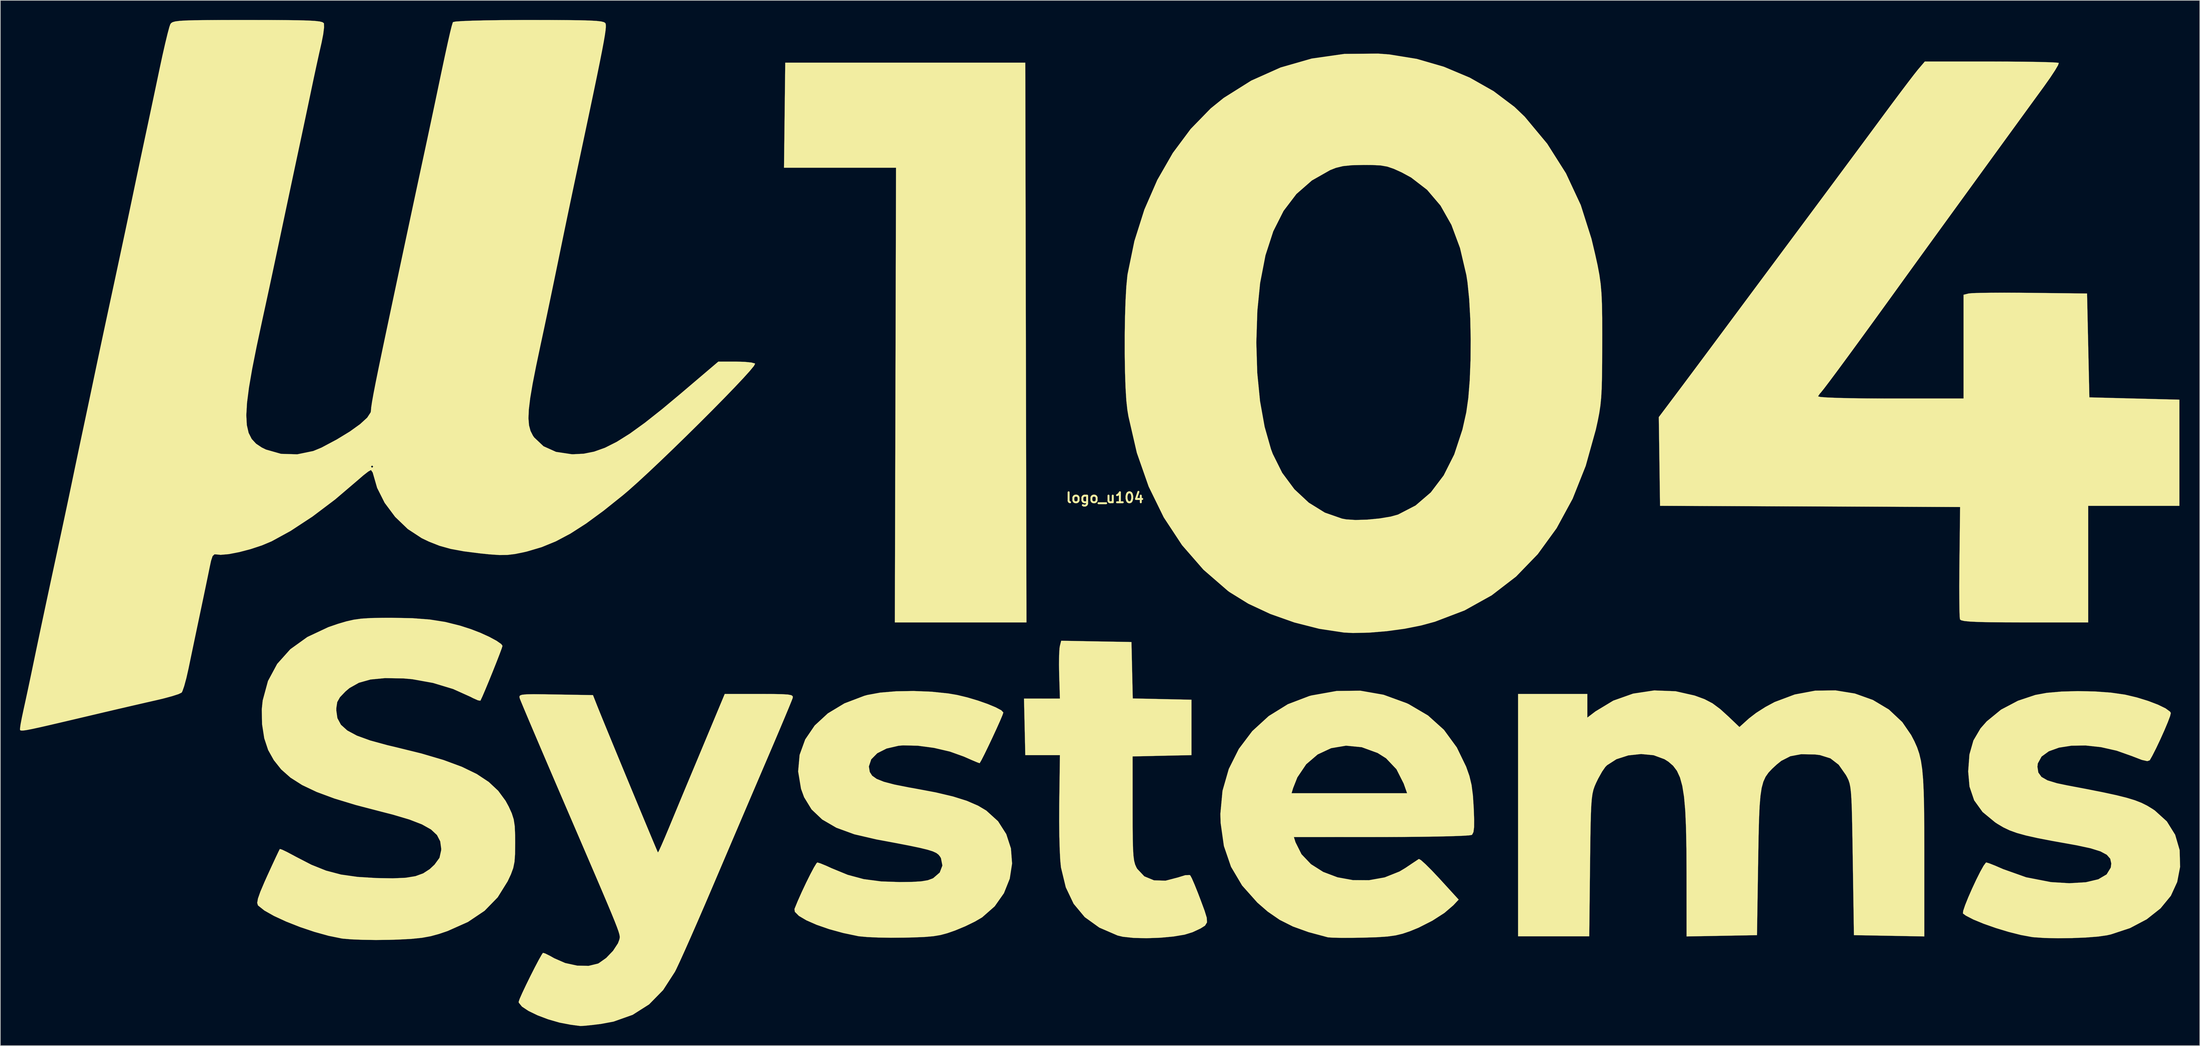
<source format=kicad_pcb>
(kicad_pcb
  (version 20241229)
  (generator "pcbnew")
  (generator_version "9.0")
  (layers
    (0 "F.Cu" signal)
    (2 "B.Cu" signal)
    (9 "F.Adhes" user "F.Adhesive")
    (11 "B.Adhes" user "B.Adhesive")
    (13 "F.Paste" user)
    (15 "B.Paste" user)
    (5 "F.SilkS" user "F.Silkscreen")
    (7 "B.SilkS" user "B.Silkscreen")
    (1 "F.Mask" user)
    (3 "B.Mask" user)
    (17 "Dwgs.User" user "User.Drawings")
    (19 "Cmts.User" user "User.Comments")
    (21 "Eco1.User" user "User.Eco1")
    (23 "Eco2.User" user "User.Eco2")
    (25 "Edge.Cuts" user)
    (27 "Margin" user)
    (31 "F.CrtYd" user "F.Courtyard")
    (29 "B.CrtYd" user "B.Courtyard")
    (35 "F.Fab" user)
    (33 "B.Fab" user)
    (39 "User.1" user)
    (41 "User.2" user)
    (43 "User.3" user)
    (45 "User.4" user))
  (footprint "logo_u104"
    (layer "F.Cu")
    (at 165.826 73.03)
    (property "Reference" "logo_u104" (at 0 0 0) (layer "F.SilkS") (effects (font (size 1.524 1.524) (thickness 0.3))))
    (attr through_hole)
    (fp_poly (pts (xy -12.081 -23.724) (xy -11.992 19.05) (xy -32.11 19.05) (xy -32.018 -15.699) (xy -31.926 -50.447) (xy -40.488 -50.447) (xy -49.049 -50.447) (xy -48.955 -58.473) (xy -48.86 -66.499) (xy -12.171 -66.499) (xy -12.081 -23.724)) (stroke (width 0.01) (type solid)) (fill yes) (layer "F.SilkS"))
    (fp_poly (pts (xy -1.314 21.951) (xy 4.057 22.049) (xy 4.156 26.36) (xy 4.255 30.671) (xy 8.742 30.769) (xy 13.229 30.868) (xy 13.229 39.335) (xy 8.731 39.433) (xy 4.233 39.532) (xy 4.235 47.547) (xy 4.239 50.154) (xy 4.257 52.153) (xy 4.296 53.644) (xy 4.363 54.725) (xy 4.466 55.495) (xy 4.613 56.052) (xy 4.811 56.495) (xy 4.94 56.718) (xy 6.022 57.862) (xy 7.494 58.47) (xy 9.266 58.524) (xy 11.249 58.007) (xy 11.305 57.984) (xy 12.285 57.684) (xy 12.939 57.661) (xy 13.045 57.72) (xy 13.286 58.164) (xy 13.701 59.118) (xy 14.227 60.428) (xy 14.642 61.519) (xy 15.234 63.116) (xy 15.566 64.195) (xy 15.6 64.905) (xy 15.296 65.399) (xy 14.618 65.827) (xy 13.526 66.34) (xy 13.406 66.396) (xy 12.181 66.774) (xy 10.462 67.06) (xy 8.454 67.245) (xy 6.361 67.318) (xy 4.391 67.273) (xy 2.748 67.098) (xy 1.94 66.907) (xy -0.856 65.698) (xy -3.086 64.095) (xy -4.783 62.057) (xy -5.982 59.541) (xy -6.717 56.507) (xy -6.719 56.495) (xy -6.826 55.411) (xy -6.91 53.774) (xy -6.968 51.735) (xy -6.994 49.445) (xy -6.985 47.056) (xy -6.981 46.739) (xy -6.879 39.335) (xy -12.171 39.335) (xy -12.27 35.013) (xy -12.369 30.692) (xy -9.624 30.692) (xy -6.879 30.693) (xy -6.992 27.11) (xy -7.02 25.5) (xy -7.003 24.08) (xy -6.947 23.046) (xy -6.895 22.691) (xy -6.685 21.854) (xy -1.314 21.951)) (stroke (width 0.01) (type solid)) (fill yes) (layer "F.SilkS"))
    (fp_poly (pts (xy 42.583 30.108) (xy 46.106 31.391) (xy 46.436 31.545) (xy 49.379 33.276) (xy 51.814 35.466) (xy 53.782 38.159) (xy 55.207 41.099) (xy 55.706 42.511) (xy 56.036 43.892) (xy 56.243 45.495) (xy 56.366 47.396) (xy 56.431 49.174) (xy 56.421 50.367) (xy 56.326 51.092) (xy 56.138 51.469) (xy 56.055 51.536) (xy 55.602 51.606) (xy 54.523 51.671) (xy 52.9 51.729) (xy 50.814 51.778) (xy 48.344 51.816) (xy 45.572 51.842) (xy 42.579 51.853) (xy 42.221 51.853) (xy 28.88 51.858) (xy 29.127 52.652) (xy 30.045 54.483) (xy 31.495 56.004) (xy 33.364 57.188) (xy 35.539 58.009) (xy 37.905 58.439) (xy 40.348 58.453) (xy 42.757 58.023) (xy 45.015 57.124) (xy 45.919 56.582) (xy 46.914 55.914) (xy 47.672 55.41) (xy 47.989 55.203) (xy 48.31 55.387) (xy 48.999 56.004) (xy 49.958 56.959) (xy 51.086 58.156) (xy 51.155 58.231) (xy 54.066 61.417) (xy 53.247 62.289) (xy 51.887 63.456) (xy 50.048 64.638) (xy 47.941 65.708) (xy 46.63 66.246) (xy 45.511 66.625) (xy 44.425 66.887) (xy 43.187 67.059) (xy 41.613 67.166) (xy 39.519 67.232) (xy 39.511 67.233) (xy 37.693 67.261) (xy 36.083 67.262) (xy 34.838 67.236) (xy 34.112 67.186) (xy 34.043 67.173) (xy 31.12 66.389) (xy 28.732 65.529) (xy 26.709 64.512) (xy 24.88 63.252) (xy 23.295 61.875) (xy 20.966 59.263) (xy 19.269 56.398) (xy 18.182 53.226) (xy 17.684 49.696) (xy 17.644 48.316) (xy 17.937 45.156) (xy 28.527 45.156) (xy 46.183 45.156) (xy 45.662 43.68) (xy 44.557 41.495) (xy 42.967 39.819) (xy 41.683 39.01) (xy 39.249 38.123) (xy 36.848 37.889) (xy 34.572 38.272) (xy 32.513 39.232) (xy 30.762 40.733) (xy 29.41 42.737) (xy 28.767 44.362) (xy 28.527 45.156) (xy 17.937 45.156) (xy 17.971 44.783) (xy 18.93 41.448) (xy 20.464 38.384) (xy 22.517 35.665) (xy 25.033 33.364) (xy 27.956 31.553) (xy 31.229 30.305) (xy 31.574 30.214) (xy 35.413 29.528) (xy 39.05 29.489) (xy 42.583 30.108)) (stroke (width 0.01) (type solid)) (fill yes) (layer "F.SilkS"))
    (fp_poly (pts (xy 114.628 29.923) (xy 117.381 30.907) (xy 119.825 32.369) (xy 121.868 34.289) (xy 123.221 36.261) (xy 123.723 37.225) (xy 124.134 38.15) (xy 124.463 39.118) (xy 124.72 40.208) (xy 124.914 41.504) (xy 125.052 43.085) (xy 125.145 45.032) (xy 125.2 47.428) (xy 125.228 50.352) (xy 125.236 53.886) (xy 125.236 54.587) (xy 125.236 67.046) (xy 114.476 66.851) (xy 114.3 55.386) (xy 114.251 52.241) (xy 114.205 49.721) (xy 114.158 47.743) (xy 114.101 46.228) (xy 114.028 45.093) (xy 113.933 44.258) (xy 113.809 43.641) (xy 113.65 43.161) (xy 113.448 42.737) (xy 113.242 42.365) (xy 112.144 40.802) (xy 110.881 39.828) (xy 109.28 39.328) (xy 108.51 39.234) (xy 106.408 39.194) (xy 104.759 39.503) (xy 103.376 40.209) (xy 102.674 40.774) (xy 101.979 41.416) (xy 101.418 42.013) (xy 100.973 42.647) (xy 100.631 43.398) (xy 100.374 44.348) (xy 100.189 45.578) (xy 100.059 47.17) (xy 99.97 49.205) (xy 99.905 51.764) (xy 99.849 54.929) (xy 99.836 55.739) (xy 99.66 66.851) (xy 88.9 67.046) (xy 88.893 57.424) (xy 88.873 53.612) (xy 88.812 50.437) (xy 88.697 47.832) (xy 88.513 45.727) (xy 88.248 44.055) (xy 87.89 42.748) (xy 87.424 41.738) (xy 86.837 40.958) (xy 86.117 40.338) (xy 85.517 39.958) (xy 83.865 39.35) (xy 81.95 39.166) (xy 79.984 39.378) (xy 78.179 39.958) (xy 76.747 40.877) (xy 76.478 41.15) (xy 75.984 41.861) (xy 75.39 42.925) (xy 75.07 43.581) (xy 74.843 44.103) (xy 74.662 44.628) (xy 74.521 45.241) (xy 74.413 46.03) (xy 74.332 47.078) (xy 74.271 48.474) (xy 74.225 50.302) (xy 74.187 52.649) (xy 74.151 55.601) (xy 74.144 56.18) (xy 74.022 67.028) (xy 63.147 67.028) (xy 63.147 29.986) (xy 73.731 29.986) (xy 73.731 33.598) (xy 74.97 32.652) (xy 77.69 31.008) (xy 80.725 29.933) (xy 83.946 29.447) (xy 87.223 29.572) (xy 90.135 30.23) (xy 91.642 30.782) (xy 92.863 31.421) (xy 94.051 32.304) (xy 95.32 33.457) (xy 96.978 35.04) (xy 98.442 33.717) (xy 99.529 32.881) (xy 100.953 31.974) (xy 102.358 31.219) (xy 105.431 30.066) (xy 108.561 29.48) (xy 111.658 29.44) (xy 114.628 29.923)) (stroke (width 0.01) (type solid)) (fill yes) (layer "F.SilkS"))
    (fp_poly (pts (xy 138.049 -66.668) (xy 140.421 -66.648) (xy 142.469 -66.617) (xy 144.102 -66.577) (xy 145.23 -66.529) (xy 145.762 -66.476) (xy 145.79 -66.464) (xy 145.676 -66.116) (xy 145.211 -65.321) (xy 144.468 -64.194) (xy 143.52 -62.854) (xy 143.468 -62.782) (xy 142.383 -61.294) (xy 141.001 -59.396) (xy 139.38 -57.166) (xy 137.576 -54.686) (xy 135.649 -52.034) (xy 133.657 -49.292) (xy 131.657 -46.538) (xy 129.707 -43.853) (xy 127.866 -41.317) (xy 126.192 -39.01) (xy 124.743 -37.011) (xy 123.577 -35.4) (xy 122.751 -34.258) (xy 122.59 -34.036) (xy 119.95 -30.377) (xy 117.547 -27.059) (xy 115.404 -24.113) (xy 113.544 -21.569) (xy 111.99 -19.459) (xy 110.764 -17.814) (xy 109.89 -16.664) (xy 109.389 -16.041) (xy 109.281 -15.934) (xy 109.01 -15.531) (xy 109.008 -15.493) (xy 109.35 -15.407) (xy 110.331 -15.331) (xy 111.884 -15.268) (xy 113.942 -15.218) (xy 116.44 -15.185) (xy 119.311 -15.17) (xy 120.121 -15.169) (xy 131.233 -15.169) (xy 131.233 -31.031) (xy 132.027 -31.225) (xy 132.592 -31.275) (xy 133.755 -31.313) (xy 135.408 -31.336) (xy 137.445 -31.344) (xy 139.757 -31.336) (xy 141.464 -31.32) (xy 150.107 -31.221) (xy 150.283 -23.283) (xy 150.46 -15.346) (xy 157.339 -15.169) (xy 164.218 -14.993) (xy 164.218 1.235) (xy 150.283 1.235) (xy 150.283 10.142) (xy 150.283 19.05) (xy 140.571 19.05) (xy 137.58 19.043) (xy 135.228 19.022) (xy 133.446 18.982) (xy 132.168 18.92) (xy 131.325 18.834) (xy 130.85 18.72) (xy 130.68 18.586) (xy 130.634 18.114) (xy 130.601 17.042) (xy 130.582 15.472) (xy 130.577 13.511) (xy 130.588 11.261) (xy 130.603 9.769) (xy 130.704 1.416) (xy 107.774 1.325) (xy 84.843 1.235) (xy 84.747 -5.547) (xy 84.651 -12.329) (xy 87.242 -15.778) (xy 88.276 -17.156) (xy 89.614 -18.947) (xy 91.142 -20.996) (xy 92.744 -23.148) (xy 94.306 -25.248) (xy 94.419 -25.4) (xy 95.766 -27.214) (xy 97.444 -29.471) (xy 99.36 -32.048) (xy 101.423 -34.821) (xy 103.541 -37.669) (xy 105.623 -40.467) (xy 106.749 -41.981) (xy 108.759 -44.683) (xy 110.846 -47.491) (xy 112.922 -50.287) (xy 114.896 -52.948) (xy 116.68 -55.355) (xy 118.183 -57.387) (xy 118.895 -58.352) (xy 120.279 -60.219) (xy 121.586 -61.965) (xy 122.733 -63.483) (xy 123.642 -64.667) (xy 124.23 -65.409) (xy 124.303 -65.496) (xy 125.309 -66.675) (xy 135.444 -66.675) (xy 138.049 -66.668)) (stroke (width 0.01) (type solid)) (fill yes) (layer "F.SilkS"))
    (fp_poly (pts (xy 151.282 29.603) (xy 153.747 29.781) (xy 155.878 30.086) (xy 155.964 30.102) (xy 157.731 30.523) (xy 159.438 31.049) (xy 160.945 31.624) (xy 162.11 32.191) (xy 162.794 32.693) (xy 162.91 32.897) (xy 162.802 33.367) (xy 162.45 34.304) (xy 161.929 35.545) (xy 161.31 36.924) (xy 160.668 38.279) (xy 160.075 39.445) (xy 159.689 40.124) (xy 159.309 40.254) (xy 158.471 40.064) (xy 157.1 39.536) (xy 157.027 39.505) (xy 154.639 38.659) (xy 152.231 38.115) (xy 149.898 37.862) (xy 147.731 37.89) (xy 145.823 38.188) (xy 144.267 38.746) (xy 143.156 39.554) (xy 142.581 40.602) (xy 142.522 41.116) (xy 142.66 41.995) (xy 143.14 42.666) (xy 144.058 43.192) (xy 145.513 43.633) (xy 146.981 43.941) (xy 150.09 44.531) (xy 152.596 45.029) (xy 154.591 45.461) (xy 156.166 45.854) (xy 157.413 46.234) (xy 158.425 46.628) (xy 159.293 47.061) (xy 160.11 47.56) (xy 160.465 47.798) (xy 162.3 49.462) (xy 163.572 51.504) (xy 164.257 53.845) (xy 164.329 56.407) (xy 163.885 58.721) (xy 162.915 60.837) (xy 161.335 62.76) (xy 159.228 64.425) (xy 156.678 65.77) (xy 153.768 66.732) (xy 153.163 66.87) (xy 151.806 67.066) (xy 149.959 67.211) (xy 147.837 67.298) (xy 145.656 67.324) (xy 143.629 67.284) (xy 141.972 67.172) (xy 141.64 67.132) (xy 139.988 66.827) (xy 138.108 66.352) (xy 136.165 65.763) (xy 134.32 65.115) (xy 132.737 64.464) (xy 131.578 63.865) (xy 131.138 63.539) (xy 131.175 63.14) (xy 131.467 62.269) (xy 131.944 61.081) (xy 132.537 59.729) (xy 133.173 58.368) (xy 133.784 57.151) (xy 134.298 56.233) (xy 134.645 55.767) (xy 134.705 55.739) (xy 135.162 55.875) (xy 136.066 56.232) (xy 137.226 56.734) (xy 137.27 56.754) (xy 140.8 58.007) (xy 144.575 58.741) (xy 147.39 58.914) (xy 149.918 58.764) (xy 151.821 58.314) (xy 153.094 57.568) (xy 153.732 56.527) (xy 153.811 55.902) (xy 153.652 55.17) (xy 153.123 54.563) (xy 152.148 54.044) (xy 150.649 53.576) (xy 148.551 53.124) (xy 147.624 52.956) (xy 144.789 52.449) (xy 142.543 52.015) (xy 140.781 51.621) (xy 139.394 51.238) (xy 138.273 50.834) (xy 137.313 50.377) (xy 136.405 49.837) (xy 136.055 49.607) (xy 134.137 48.025) (xy 132.852 46.243) (xy 132.141 44.144) (xy 131.939 41.827) (xy 132.129 39.235) (xy 132.738 37.094) (xy 133.822 35.251) (xy 134.774 34.173) (xy 136.957 32.386) (xy 139.544 31.024) (xy 142.195 30.138) (xy 143.939 29.818) (xy 146.172 29.621) (xy 148.688 29.55) (xy 151.282 29.603)) (stroke (width 0.01) (type solid)) (fill yes) (layer "F.SilkS"))
    (fp_poly (pts (xy -26.527 29.64) (xy -23.964 29.905) (xy -22.578 30.141) (xy -21.024 30.515) (xy -19.427 30.991) (xy -17.933 31.515) (xy -16.687 32.032) (xy -15.835 32.486) (xy -15.522 32.82) (xy -15.662 33.237) (xy -16.032 34.113) (xy -16.564 35.299) (xy -17.184 36.64) (xy -17.822 37.988) (xy -18.406 39.188) (xy -18.866 40.091) (xy -19.131 40.544) (xy -19.16 40.569) (xy -19.53 40.436) (xy -20.366 40.084) (xy -21.491 39.589) (xy -21.559 39.559) (xy -23.686 38.797) (xy -26.128 38.227) (xy -28.61 37.895) (xy -30.852 37.845) (xy -31.547 37.905) (xy -33.373 38.327) (xy -34.791 39.043) (xy -35.719 39.982) (xy -36.08 41.071) (xy -35.943 41.908) (xy -35.578 42.479) (xy -34.889 42.968) (xy -33.788 43.408) (xy -32.189 43.829) (xy -30.005 44.264) (xy -29.069 44.429) (xy -25.837 45.037) (xy -23.213 45.658) (xy -21.097 46.322) (xy -19.392 47.061) (xy -18.137 47.807) (xy -16.335 49.44) (xy -15.079 51.406) (xy -14.366 53.597) (xy -14.19 55.905) (xy -14.548 58.221) (xy -15.436 60.438) (xy -16.849 62.447) (xy -18.765 64.129) (xy -19.872 64.777) (xy -21.341 65.492) (xy -22.863 66.124) (xy -22.931 66.149) (xy -24.073 66.547) (xy -25.103 66.826) (xy -26.197 67.011) (xy -27.531 67.127) (xy -29.283 67.199) (xy -30.692 67.233) (xy -32.711 67.248) (xy -34.656 67.215) (xy -36.33 67.14) (xy -37.54 67.03) (xy -37.737 66.999) (xy -40.016 66.521) (xy -42.155 65.932) (xy -44.058 65.272) (xy -45.629 64.584) (xy -46.774 63.907) (xy -47.395 63.282) (xy -47.453 62.852) (xy -46.956 61.641) (xy -46.338 60.253) (xy -45.67 58.835) (xy -45.023 57.534) (xy -44.47 56.494) (xy -44.082 55.862) (xy -43.955 55.74) (xy -43.485 55.881) (xy -42.597 56.245) (xy -41.764 56.625) (xy -39.311 57.632) (xy -36.867 58.288) (xy -34.197 58.639) (xy -31.397 58.734) (xy -29.446 58.71) (xy -28.052 58.623) (xy -27.067 58.455) (xy -26.346 58.19) (xy -26.235 58.132) (xy -25.249 57.281) (xy -24.84 56.211) (xy -25.06 55.085) (xy -25.199 54.846) (xy -25.434 54.55) (xy -25.772 54.291) (xy -26.298 54.048) (xy -27.094 53.798) (xy -28.243 53.517) (xy -29.83 53.184) (xy -31.937 52.776) (xy -34.649 52.271) (xy -34.925 52.22) (xy -38.304 51.435) (xy -41.051 50.431) (xy -43.213 49.173) (xy -44.839 47.631) (xy -45.977 45.771) (xy -46.447 44.485) (xy -46.888 41.826) (xy -46.664 39.293) (xy -45.809 36.936) (xy -44.358 34.806) (xy -42.348 32.952) (xy -39.813 31.424) (xy -36.788 30.273) (xy -36.311 30.14) (xy -34.363 29.782) (xy -31.94 29.579) (xy -29.257 29.532) (xy -26.527 29.64)) (stroke (width 0.01) (type solid)) (fill yes) (layer "F.SilkS"))
    (fp_poly (pts (xy -50.792 29.992) (xy -49.364 30.018) (xy -48.442 30.075) (xy -47.925 30.177) (xy -47.714 30.335) (xy -47.709 30.561) (xy -47.72 30.603) (xy -47.903 31.083) (xy -48.326 32.119) (xy -48.951 33.618) (xy -49.739 35.489) (xy -50.652 37.639) (xy -51.603 39.864) (xy -52.726 42.488) (xy -54.049 45.582) (xy -55.495 48.967) (xy -56.988 52.465) (xy -58.45 55.895) (xy -59.807 59.078) (xy -59.962 59.443) (xy -61.121 62.152) (xy -62.243 64.743) (xy -63.284 67.122) (xy -64.203 69.192) (xy -64.958 70.859) (xy -65.506 72.028) (xy -65.717 72.448) (xy -67.526 75.247) (xy -69.668 77.431) (xy -72.181 79.027) (xy -75.101 80.062) (xy -77.019 80.419) (xy -78.378 80.586) (xy -79.483 80.699) (xy -80.134 80.737) (xy -80.194 80.733) (xy -80.827 80.651) (xy -81.668 80.54) (xy -83.368 80.215) (xy -85.098 79.716) (xy -86.721 79.102) (xy -88.101 78.434) (xy -89.1 77.772) (xy -89.582 77.178) (xy -89.606 77.04) (xy -89.454 76.589) (xy -89.051 75.675) (xy -88.477 74.461) (xy -87.813 73.107) (xy -87.138 71.776) (xy -86.533 70.628) (xy -86.077 69.824) (xy -85.891 69.554) (xy -85.554 69.65) (xy -84.804 70.022) (xy -84.165 70.382) (xy -82.497 71.11) (xy -80.672 71.507) (xy -78.924 71.546) (xy -77.49 71.2) (xy -77.366 71.14) (xy -76.23 70.339) (xy -75.179 69.242) (xy -74.429 68.097) (xy -74.235 67.584) (xy -74.187 67.406) (xy -74.155 67.235) (xy -74.158 67.019) (xy -74.218 66.71) (xy -74.353 66.256) (xy -74.585 65.609) (xy -74.932 64.718) (xy -75.415 63.533) (xy -76.055 62.004) (xy -76.87 60.082) (xy -77.881 57.717) (xy -79.109 54.858) (xy -80.572 51.455) (xy -82.292 47.46) (xy -82.488 47.005) (xy -83.838 43.864) (xy -85.107 40.905) (xy -86.266 38.194) (xy -87.287 35.797) (xy -88.143 33.782) (xy -88.804 32.214) (xy -89.243 31.159) (xy -89.432 30.684) (xy -89.433 30.68) (xy -89.492 30.416) (xy -89.41 30.229) (xy -89.091 30.109) (xy -88.436 30.044) (xy -87.349 30.023) (xy -85.734 30.037) (xy -83.952 30.065) (xy -78.245 30.163) (xy -77.619 31.75) (xy -77.28 32.593) (xy -76.741 33.916) (xy -76.04 35.627) (xy -75.213 37.636) (xy -74.299 39.852) (xy -73.336 42.184) (xy -72.359 44.542) (xy -71.409 46.834) (xy -70.521 48.971) (xy -69.734 50.86) (xy -69.085 52.412) (xy -68.612 53.535) (xy -68.352 54.139) (xy -68.314 54.217) (xy -68.158 53.942) (xy -67.789 53.134) (xy -67.259 51.911) (xy -66.622 50.395) (xy -66.528 50.167) (xy -65.763 48.322) (xy -64.991 46.461) (xy -64.307 44.818) (xy -63.859 43.744) (xy -63.394 42.634) (xy -62.726 41.039) (xy -61.927 39.128) (xy -61.066 37.067) (xy -60.503 35.719) (xy -58.108 29.986) (xy -52.825 29.986) (xy -50.792 29.992)) (stroke (width 0.01) (type solid)) (fill yes) (layer "F.SilkS"))
    (fp_poly (pts (xy 43.461 -67.76) (xy 47.654 -67.082) (xy 51.798 -65.88) (xy 55.758 -64.215) (xy 59.401 -62.15) (xy 62.592 -59.746) (xy 64.16 -58.245) (xy 67.595 -54.12) (xy 70.463 -49.595) (xy 72.729 -44.738) (xy 74.356 -39.614) (xy 74.424 -39.335) (xy 74.913 -37.278) (xy 75.29 -35.579) (xy 75.57 -34.095) (xy 75.767 -32.685) (xy 75.895 -31.208) (xy 75.968 -29.52) (xy 76.001 -27.482) (xy 76.008 -24.95) (xy 76.005 -23.46) (xy 75.995 -20.679) (xy 75.972 -18.477) (xy 75.926 -16.73) (xy 75.847 -15.31) (xy 75.727 -14.092) (xy 75.556 -12.95) (xy 75.325 -11.758) (xy 75.027 -10.407) (xy 73.483 -4.872) (xy 71.484 0.151) (xy 69.037 4.652) (xy 66.154 8.619) (xy 62.842 12.042) (xy 59.112 14.912) (xy 54.973 17.216) (xy 50.434 18.945) (xy 48.331 19.517) (xy 45.827 20.016) (xy 43.091 20.39) (xy 40.368 20.615) (xy 37.905 20.669) (xy 36.513 20.597) (xy 32.757 20.028) (xy 28.952 19.06) (xy 25.277 17.759) (xy 21.914 16.19) (xy 19.045 14.417) (xy 18.786 14.226) (xy 15.057 10.995) (xy 11.786 7.243) (xy 8.989 2.997) (xy 6.681 -1.715) (xy 4.878 -6.865) (xy 3.596 -12.426) (xy 3.431 -13.406) (xy 3.268 -14.887) (xy 3.146 -16.922) (xy 3.065 -19.359) (xy 3.025 -22.046) (xy 3.026 -23.737) (xy 23.139 -23.737) (xy 23.28 -19.097) (xy 23.707 -14.762) (xy 24.41 -10.843) (xy 25.376 -7.448) (xy 25.654 -6.703) (xy 27.095 -3.813) (xy 28.959 -1.303) (xy 31.161 0.751) (xy 33.613 2.271) (xy 36.232 3.183) (xy 36.865 3.301) (xy 38.301 3.397) (xy 40.101 3.341) (xy 41.989 3.159) (xy 43.689 2.875) (xy 44.798 2.567) (xy 47.477 1.18) (xy 49.803 -0.816) (xy 51.774 -3.418) (xy 53.387 -6.623) (xy 54.64 -10.428) (xy 55.229 -13.053) (xy 55.54 -15.253) (xy 55.757 -17.971) (xy 55.878 -21.022) (xy 55.905 -24.224) (xy 55.837 -27.396) (xy 55.674 -30.354) (xy 55.415 -32.915) (xy 55.241 -34.043) (xy 54.271 -38.176) (xy 52.957 -41.71) (xy 51.283 -44.667) (xy 49.234 -47.072) (xy 46.796 -48.949) (xy 45.365 -49.726) (xy 44.155 -50.274) (xy 43.161 -50.614) (xy 42.137 -50.793) (xy 40.837 -50.861) (xy 39.557 -50.868) (xy 37.737 -50.827) (xy 36.394 -50.691) (xy 35.305 -50.427) (xy 34.418 -50.078) (xy 31.635 -48.498) (xy 29.266 -46.426) (xy 27.301 -43.843) (xy 25.729 -40.728) (xy 24.538 -37.061) (xy 23.719 -32.82) (xy 23.296 -28.575) (xy 23.139 -23.737) (xy 3.026 -23.737) (xy 3.026 -24.832) (xy 3.067 -27.566) (xy 3.148 -30.096) (xy 3.268 -32.271) (xy 3.429 -33.94) (xy 3.465 -34.198) (xy 4.505 -39.245) (xy 6.032 -44.062) (xy 8.002 -48.573) (xy 10.375 -52.702) (xy 13.108 -56.372) (xy 16.161 -59.506) (xy 18.153 -61.115) (xy 22.36 -63.76) (xy 26.855 -65.768) (xy 31.607 -67.131) (xy 36.585 -67.84) (xy 41.757 -67.887) (xy 43.461 -67.76)) (stroke (width 0.01) (type solid)) (fill yes) (layer "F.SilkS"))
    (fp_poly (pts (xy -105.862 18.405) (xy -103.204 18.606) (xy -100.837 18.977) (xy -98.557 19.546) (xy -96.909 20.077) (xy -95.459 20.636) (xy -94.101 21.256) (xy -92.987 21.857) (xy -92.266 22.36) (xy -92.075 22.633) (xy -92.201 23.048) (xy -92.538 23.956) (xy -93.021 25.199) (xy -93.587 26.621) (xy -94.174 28.065) (xy -94.718 29.373) (xy -95.154 30.39) (xy -95.421 30.957) (xy -95.461 31.019) (xy -95.83 30.958) (xy -96.581 30.626) (xy -96.93 30.442) (xy -99.618 29.232) (xy -102.695 28.301) (xy -105.872 27.729) (xy -107.237 27.61) (xy -110.018 27.563) (xy -112.243 27.776) (xy -114.018 28.273) (xy -115.453 29.078) (xy -116.079 29.607) (xy -116.917 30.484) (xy -117.334 31.225) (xy -117.469 32.121) (xy -117.475 32.511) (xy -117.309 33.685) (xy -116.77 34.691) (xy -115.795 35.57) (xy -114.325 36.359) (xy -112.296 37.096) (xy -109.647 37.82) (xy -108.479 38.096) (xy -104.463 39.086) (xy -101.088 40.081) (xy -98.291 41.115) (xy -96.008 42.222) (xy -94.176 43.435) (xy -92.73 44.787) (xy -91.608 46.311) (xy -91.122 47.203) (xy -90.655 48.229) (xy -90.363 49.146) (xy -90.205 50.176) (xy -90.143 51.542) (xy -90.135 52.74) (xy -90.153 54.423) (xy -90.238 55.633) (xy -90.435 56.601) (xy -90.789 57.561) (xy -91.285 58.62) (xy -92.809 61.07) (xy -94.813 63.126) (xy -97.35 64.831) (xy -100.473 66.224) (xy -101.776 66.665) (xy -103.045 67.012) (xy -104.393 67.257) (xy -105.999 67.422) (xy -108.04 67.528) (xy -109.361 67.568) (xy -111.411 67.591) (xy -113.416 67.563) (xy -115.171 67.492) (xy -116.469 67.383) (xy -116.665 67.356) (xy -118.655 66.952) (xy -120.826 66.349) (xy -123.036 65.604) (xy -125.142 64.774) (xy -127 63.916) (xy -128.468 63.087) (xy -129.403 62.342) (xy -129.459 62.278) (xy -129.566 61.914) (xy -129.452 61.258) (xy -129.086 60.214) (xy -128.437 58.685) (xy -128.038 57.797) (xy -127.336 56.265) (xy -126.741 54.985) (xy -126.313 54.082) (xy -126.111 53.685) (xy -126.106 53.678) (xy -125.769 53.779) (xy -124.981 54.155) (xy -123.901 54.73) (xy -123.718 54.831) (xy -121.281 56.09) (xy -119.037 56.989) (xy -116.761 57.588) (xy -114.228 57.947) (xy -111.37 58.121) (xy -108.845 58.165) (xy -106.892 58.08) (xy -105.385 57.837) (xy -104.196 57.406) (xy -103.201 56.76) (xy -102.462 56.071) (xy -101.703 55.029) (xy -101.445 53.873) (xy -101.44 53.627) (xy -101.592 52.511) (xy -102.091 51.548) (xy -103.002 50.697) (xy -104.387 49.92) (xy -106.311 49.177) (xy -108.837 48.428) (xy -110.564 47.986) (xy -114.482 46.964) (xy -117.765 45.968) (xy -120.481 44.962) (xy -122.698 43.909) (xy -124.483 42.772) (xy -125.904 41.514) (xy -127.029 40.099) (xy -127.891 38.561) (xy -128.487 36.766) (xy -128.823 34.593) (xy -128.866 32.331) (xy -128.727 30.983) (xy -127.918 28.003) (xy -126.512 25.393) (xy -124.507 23.152) (xy -121.9 21.28) (xy -118.692 19.773) (xy -117.192 19.258) (xy -115.938 18.89) (xy -114.82 18.636) (xy -113.656 18.474) (xy -112.265 18.385) (xy -110.466 18.349) (xy -109.013 18.344) (xy -105.862 18.405)) (stroke (width 0.01) (type solid)) (fill yes) (layer "F.SilkS"))
    (fp_poly (pts (xy -84.795 -73.021) (xy -82.239 -73.008) (xy -80.25 -72.983) (xy -78.757 -72.941) (xy -77.692 -72.881) (xy -76.984 -72.799) (xy -76.563 -72.691) (xy -76.361 -72.555) (xy -76.326 -72.493) (xy -76.282 -72.286) (xy -76.278 -71.952) (xy -76.323 -71.438) (xy -76.429 -70.695) (xy -76.604 -69.67) (xy -76.859 -68.314) (xy -77.203 -66.574) (xy -77.646 -64.401) (xy -78.199 -61.742) (xy -78.871 -58.548) (xy -79.671 -54.767) (xy -80.611 -50.348) (xy -80.627 -50.271) (xy -81.132 -47.889) (xy -81.666 -45.356) (xy -82.177 -42.915) (xy -82.614 -40.81) (xy -82.773 -40.04) (xy -83.539 -36.319) (xy -84.188 -33.174) (xy -84.746 -30.491) (xy -85.235 -28.155) (xy -85.68 -26.051) (xy -86.105 -24.064) (xy -86.236 -23.46) (xy -86.936 -20.142) (xy -87.469 -17.43) (xy -87.838 -15.245) (xy -88.049 -13.51) (xy -88.108 -12.146) (xy -88.021 -11.076) (xy -87.792 -10.221) (xy -87.427 -9.503) (xy -87.232 -9.22) (xy -85.803 -7.872) (xy -83.891 -7.013) (xy -81.535 -6.66) (xy -81.262 -6.653) (xy -79.669 -6.734) (xy -78.078 -7.049) (xy -76.418 -7.64) (xy -74.619 -8.545) (xy -72.61 -9.805) (xy -70.32 -11.46) (xy -67.679 -13.549) (xy -64.911 -15.86) (xy -59.09 -20.81) (xy -56.377 -20.812) (xy -55.061 -20.774) (xy -54.04 -20.672) (xy -53.499 -20.525) (xy -53.466 -20.493) (xy -53.643 -20.15) (xy -54.27 -19.386) (xy -55.285 -18.263) (xy -56.623 -16.843) (xy -58.221 -15.19) (xy -60.018 -13.367) (xy -61.949 -11.435) (xy -63.952 -9.458) (xy -65.963 -7.499) (xy -67.92 -5.62) (xy -69.76 -3.884) (xy -71.419 -2.354) (xy -72.834 -1.093) (xy -73.632 -0.416) (xy -76.649 1.998) (xy -79.302 3.942) (xy -81.691 5.476) (xy -83.92 6.659) (xy -86.091 7.548) (xy -88.307 8.204) (xy -88.885 8.34) (xy -90.198 8.603) (xy -91.34 8.739) (xy -92.543 8.753) (xy -94.04 8.651) (xy -95.457 8.507) (xy -97.976 8.188) (xy -99.991 7.816) (xy -101.703 7.339) (xy -103.315 6.704) (xy -104.426 6.172) (xy -106.553 4.778) (xy -108.485 2.921) (xy -110.09 0.768) (xy -111.235 -1.51) (xy -111.69 -3.087) (xy -111.915 -3.865) (xy -112.171 -4.23) (xy -112.195 -4.233) (xy -112.586 -4.013) (xy -113.326 -3.439) (xy -114.185 -2.696) (xy -117.649 0.256) (xy -121.12 2.875) (xy -124.469 5.072) (xy -127.353 6.651) (xy -128.85 7.28) (xy -130.568 7.847) (xy -132.318 8.307) (xy -133.909 8.614) (xy -135.154 8.722) (xy -135.655 8.671) (xy -136.092 8.64) (xy -136.383 8.914) (xy -136.621 9.638) (xy -136.807 10.504) (xy -137.03 11.597) (xy -137.359 13.188) (xy -137.754 15.085) (xy -138.177 17.096) (xy -138.291 17.639) (xy -138.748 19.81) (xy -139.223 22.076) (xy -139.664 24.187) (xy -140.018 25.892) (xy -140.057 26.081) (xy -140.391 27.557) (xy -140.723 28.783) (xy -141.003 29.583) (xy -141.117 29.78) (xy -141.604 30.013) (xy -142.614 30.337) (xy -143.977 30.702) (xy -144.916 30.924) (xy -146.639 31.316) (xy -148.772 31.807) (xy -151.041 32.334) (xy -153.106 32.818) (xy -156.4 33.595) (xy -159.073 34.225) (xy -161.188 34.719) (xy -162.81 35.09) (xy -164.004 35.349) (xy -164.834 35.509) (xy -165.367 35.582) (xy -165.665 35.58) (xy -165.795 35.515) (xy -165.821 35.399) (xy -165.808 35.245) (xy -165.806 35.189) (xy -165.732 34.643) (xy -165.539 33.625) (xy -165.268 32.349) (xy -165.252 32.279) (xy -164.945 30.878) (xy -164.553 29.055) (xy -164.136 27.082) (xy -163.859 25.753) (xy -163.242 22.792) (xy -162.575 19.624) (xy -161.831 16.127) (xy -160.986 12.183) (xy -160.014 7.671) (xy -159.996 7.585) (xy -159.489 5.225) (xy -158.957 2.733) (xy -158.451 0.346) (xy -158.022 -1.698) (xy -157.861 -2.469) (xy -157.406 -4.653) (xy -157.383 -4.763) (xy -112.183 -4.763) (xy -112.007 -4.586) (xy -111.831 -4.763) (xy -112.007 -4.939) (xy -112.183 -4.763) (xy -157.383 -4.763) (xy -156.885 -7.135) (xy -156.38 -9.521) (xy -156.154 -10.583) (xy -155.699 -12.722) (xy -155.178 -15.181) (xy -154.671 -17.59) (xy -154.402 -18.874) (xy -154.008 -20.748) (xy -153.516 -23.067) (xy -152.979 -25.589) (xy -152.448 -28.068) (xy -152.226 -29.104) (xy -151.284 -33.48) (xy -150.47 -37.281) (xy -149.757 -40.623) (xy -149.123 -43.622) (xy -148.541 -46.392) (xy -148.357 -47.272) (xy -147.899 -49.456) (xy -147.375 -51.937) (xy -146.867 -54.323) (xy -146.64 -55.386) (xy -146.258 -57.172) (xy -145.781 -59.418) (xy -145.258 -61.892) (xy -144.737 -64.364) (xy -144.481 -65.583) (xy -144.044 -67.615) (xy -143.629 -69.439) (xy -143.268 -70.928) (xy -142.991 -71.958) (xy -142.846 -72.374) (xy -142.714 -72.553) (xy -142.483 -72.696) (xy -142.079 -72.807) (xy -141.428 -72.89) (xy -140.458 -72.948) (xy -139.094 -72.987) (xy -137.264 -73.01) (xy -134.894 -73.022) (xy -131.911 -73.025) (xy -131.033 -73.025) (xy -127.839 -73.021) (xy -125.281 -73.008) (xy -123.29 -72.983) (xy -121.795 -72.941) (xy -120.729 -72.881) (xy -120.02 -72.798) (xy -119.6 -72.691) (xy -119.399 -72.554) (xy -119.366 -72.495) (xy -119.343 -71.908) (xy -119.473 -70.856) (xy -119.727 -69.553) (xy -119.761 -69.408) (xy -120.083 -67.991) (xy -120.489 -66.147) (xy -120.922 -64.137) (xy -121.242 -62.618) (xy -121.696 -60.452) (xy -122.205 -58.039) (xy -122.693 -55.737) (xy -122.956 -54.504) (xy -123.58 -51.583) (xy -124.336 -48.027) (xy -125.213 -43.892) (xy -126.198 -39.234) (xy -126.774 -36.513) (xy -127.204 -34.491) (xy -127.722 -32.076) (xy -128.265 -29.566) (xy -128.768 -27.258) (xy -128.788 -27.164) (xy -129.651 -23.133) (xy -130.329 -19.723) (xy -130.82 -16.875) (xy -131.121 -14.53) (xy -131.232 -12.629) (xy -131.151 -11.11) (xy -130.876 -9.916) (xy -130.405 -8.986) (xy -129.736 -8.262) (xy -128.869 -7.682) (xy -128.219 -7.365) (xy -125.923 -6.713) (xy -123.448 -6.642) (xy -121.002 -7.145) (xy -119.745 -7.664) (xy -117.408 -8.907) (xy -115.416 -10.121) (xy -113.84 -11.253) (xy -112.752 -12.248) (xy -112.223 -13.055) (xy -112.183 -13.283) (xy -112.143 -13.792) (xy -112.016 -14.648) (xy -111.79 -15.913) (xy -111.453 -17.646) (xy -110.994 -19.907) (xy -110.401 -22.756) (xy -109.918 -25.047) (xy -108.894 -29.884) (xy -107.871 -34.705) (xy -106.875 -39.387) (xy -105.933 -43.806) (xy -105.071 -47.837) (xy -104.315 -51.357) (xy -104.017 -52.74) (xy -103.539 -54.967) (xy -103.026 -57.374) (xy -102.539 -59.671) (xy -102.142 -61.56) (xy -101.45 -64.86) (xy -100.885 -67.515) (xy -100.436 -69.57) (xy -100.094 -71.073) (xy -99.847 -72.068) (xy -99.686 -72.603) (xy -99.64 -72.703) (xy -99.248 -72.785) (xy -98.226 -72.858) (xy -96.65 -72.92) (xy -94.596 -72.97) (xy -92.141 -73.005) (xy -89.36 -73.023) (xy -87.986 -73.025) (xy -84.795 -73.021)) (stroke (width 0.01) (type solid)) (fill yes) (layer "F.SilkS")))
  (gr_rect
    (start -3 -3)
    (end 333.16 156.772)
    (stroke (width 0.1) (type default))
    (fill no)
    (layer "Edge.Cuts")))
</source>
